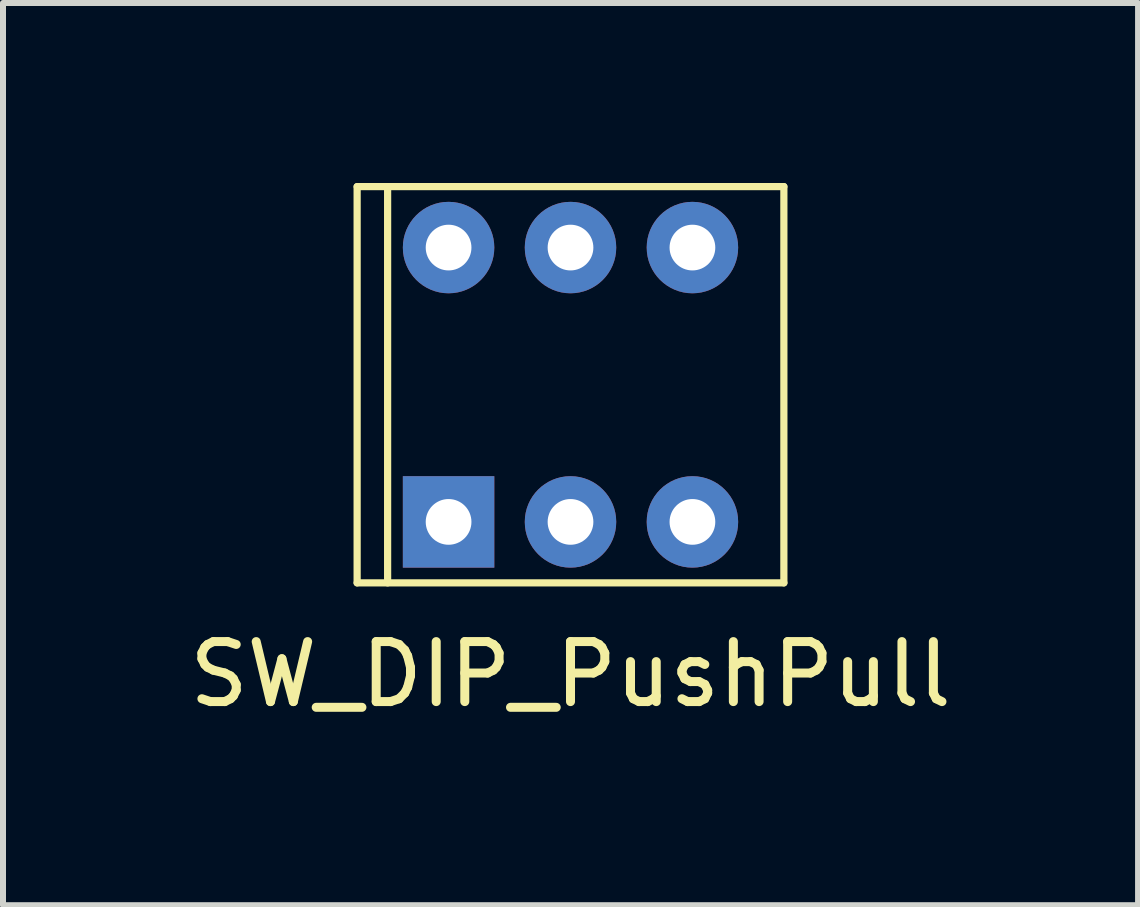
<source format=kicad_pcb>
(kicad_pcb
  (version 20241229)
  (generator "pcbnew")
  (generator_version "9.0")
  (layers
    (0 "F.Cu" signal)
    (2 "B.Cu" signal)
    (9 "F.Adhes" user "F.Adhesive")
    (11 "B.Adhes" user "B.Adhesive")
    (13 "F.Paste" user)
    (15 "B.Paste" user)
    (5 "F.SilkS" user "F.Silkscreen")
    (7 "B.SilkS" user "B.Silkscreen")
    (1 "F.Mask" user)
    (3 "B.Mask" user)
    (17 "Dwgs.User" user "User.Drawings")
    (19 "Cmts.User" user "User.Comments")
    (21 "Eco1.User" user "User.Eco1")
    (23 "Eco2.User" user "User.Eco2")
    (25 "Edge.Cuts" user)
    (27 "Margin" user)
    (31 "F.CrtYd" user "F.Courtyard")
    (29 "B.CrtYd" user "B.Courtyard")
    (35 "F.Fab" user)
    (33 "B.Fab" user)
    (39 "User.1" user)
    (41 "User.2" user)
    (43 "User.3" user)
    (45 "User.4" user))
  (footprint "SW_DIP_PushPull"
    (layer "F.Cu")
    (at 6.458 3.616)
    (property "Reference" "SW_DIP_PushPull" (at 0 4.572 0) (layer "F.SilkS") (effects (font (size 1 1) (thickness 0.15))))
    (attr through_hole)
    (fp_line (start -3.556 -3.556) (end 3.556 -3.556) (stroke (width 0.12) (type solid)) (layer "F.SilkS"))
    (fp_line (start -3.556 3.048) (end -3.556 -3.556) (stroke (width 0.12) (type solid)) (layer "F.SilkS"))
    (fp_line (start -3.048 -3.556) (end -3.048 3.048) (stroke (width 0.12) (type solid)) (layer "F.SilkS"))
    (fp_line (start 3.556 -3.556) (end 3.556 3.048) (stroke (width 0.12) (type solid)) (layer "F.SilkS"))
    (fp_line (start 3.556 3.048) (end -3.556 3.048) (stroke (width 0.12) (type solid)) (layer "F.SilkS"))
    (pad "1" thru_hole rect (at -2.032 2.032) (size 1.524 1.524) (drill 0.762) (layers "*.Cu" "*.Mask"))
    (pad "2" thru_hole circle (at 0 2.032) (size 1.524 1.524) (drill 0.762) (layers "*.Cu" "*.Mask"))
    (pad "3" thru_hole circle (at 2.032 2.032) (size 1.524 1.524) (drill 0.762) (layers "*.Cu" "*.Mask"))
    (pad "4" thru_hole circle (at -2.032 -2.54) (size 1.524 1.524) (drill 0.762) (layers "*.Cu" "*.Mask"))
    (pad "5" thru_hole circle (at 0 -2.54) (size 1.524 1.524) (drill 0.762) (layers "*.Cu" "*.Mask"))
    (pad "6" thru_hole circle (at 2.032 -2.54) (size 1.524 1.524) (drill 0.762) (layers "*.Cu" "*.Mask")))
  (gr_rect
    (start -3 -3)
    (end 15.917 12.036)
    (stroke (width 0.1) (type default))
    (fill no)
    (layer "Edge.Cuts")))
</source>
